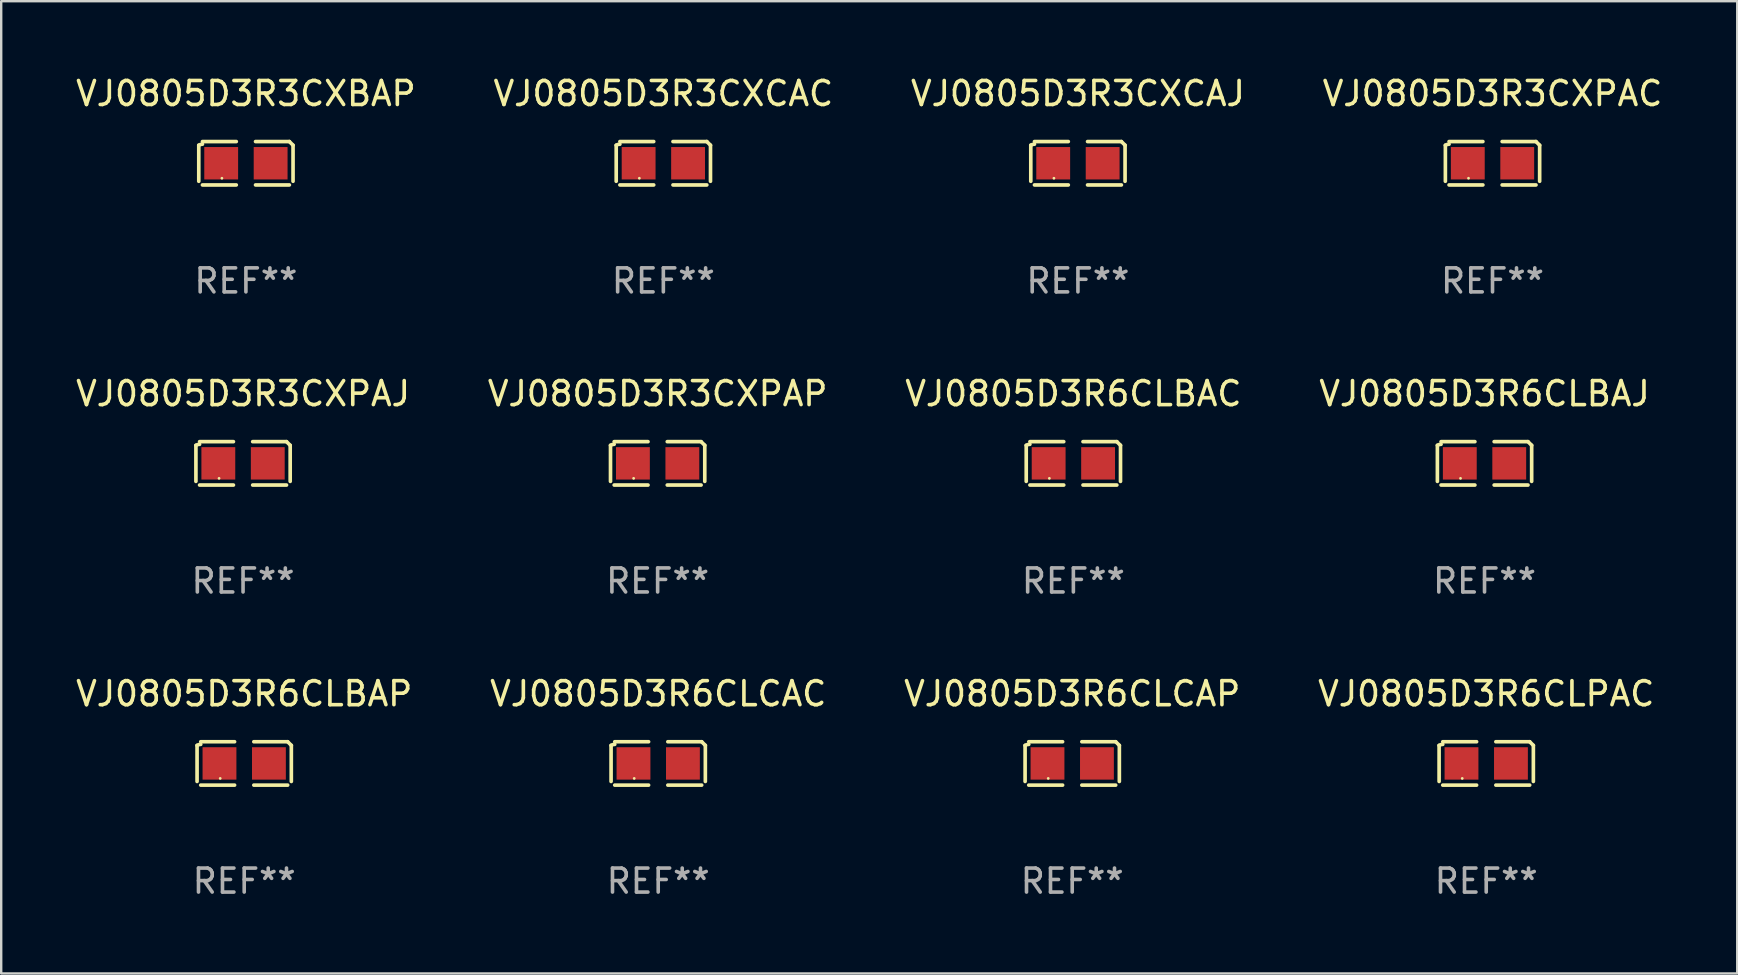
<source format=kicad_pcb>
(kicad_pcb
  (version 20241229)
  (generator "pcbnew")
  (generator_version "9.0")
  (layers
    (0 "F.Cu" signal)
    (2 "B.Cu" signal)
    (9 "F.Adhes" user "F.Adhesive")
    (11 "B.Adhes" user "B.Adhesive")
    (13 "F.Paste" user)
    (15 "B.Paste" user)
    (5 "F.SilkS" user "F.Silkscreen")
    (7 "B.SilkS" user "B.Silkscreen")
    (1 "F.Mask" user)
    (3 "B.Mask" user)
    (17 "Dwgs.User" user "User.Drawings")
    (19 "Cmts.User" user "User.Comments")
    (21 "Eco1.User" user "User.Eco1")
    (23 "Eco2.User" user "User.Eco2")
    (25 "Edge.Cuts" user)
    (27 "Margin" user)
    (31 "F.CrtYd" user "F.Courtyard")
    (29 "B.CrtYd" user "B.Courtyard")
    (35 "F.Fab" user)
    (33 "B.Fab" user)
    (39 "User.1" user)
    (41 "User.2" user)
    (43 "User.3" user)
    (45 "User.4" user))
  (footprint "VJ0805D3R6CLBAC"
    (layer "F.Cu")
    (at 41.673 16.256)
    (property "Reference" "VJ0805D3R6CLBAC" (at 0 -2.904 0) (layer "F.SilkS") (effects (font (size 1 1) (thickness 0.15))))
    (attr through_hole)
    (fp_line (start -1.964 0.751) (end -1.964 -0.751) (stroke (width 0.152) (type solid)) (layer "F.SilkS"))
    (fp_line (start -1.811 -0.904) (end -0.401 -0.904) (stroke (width 0.152) (type solid)) (layer "F.SilkS"))
    (fp_line (start -0.401 0.904) (end -1.811 0.904) (stroke (width 0.152) (type solid)) (layer "F.SilkS"))
    (fp_line (start 0.401 0.904) (end 1.811 0.904) (stroke (width 0.152) (type solid)) (layer "F.SilkS"))
    (fp_line (start 1.811 -0.904) (end 0.401 -0.904) (stroke (width 0.152) (type solid)) (layer "F.SilkS"))
    (fp_line (start 1.964 0.751) (end 1.964 -0.751) (stroke (width 0.152) (type solid)) (layer "F.SilkS"))
    (fp_arc (start -1.963602 -0.751207) (mid -1.890354 -0.783131) (end -1.811201 -0.794044) (stroke (width 0.1524) (type solid)) (layer "F.SilkS"))
    (fp_arc (start 1.811202 -0.903607) (mid 1.887413 -0.827418) (end 1.963602 -0.751207) (stroke (width 0.1524) (type solid)) (layer "F.SilkS"))
    (fp_circle (center -1 0.625) (end -0.97 0.625) (stroke (width 0.06) (type solid)) (fill no) (layer "F.SilkS"))
    (fp_text user "REF**" (at 0 4.904 0) (layer "F.Fab") (effects (font (size 1 1) (thickness 0.15))))
    (pad "1" smd rect (at -1.03 0) (size 1.41 1.35) (layers "F.Cu" "F.Mask" "F.Paste"))
    (pad "2" smd rect (at 1.03 0) (size 1.41 1.35) (layers "F.Cu" "F.Mask" "F.Paste")))
  (footprint "VJ0805D3R3CXCAC"
    (layer "F.Cu")
    (at 24.589 3.752)
    (property "Reference" "VJ0805D3R3CXCAC" (at 0 -2.904 0) (layer "F.SilkS") (effects (font (size 1 1) (thickness 0.15))))
    (attr through_hole)
    (fp_line (start -1.964 0.751) (end -1.964 -0.751) (stroke (width 0.152) (type solid)) (layer "F.SilkS"))
    (fp_line (start -1.811 -0.904) (end -0.401 -0.904) (stroke (width 0.152) (type solid)) (layer "F.SilkS"))
    (fp_line (start -0.401 0.904) (end -1.811 0.904) (stroke (width 0.152) (type solid)) (layer "F.SilkS"))
    (fp_line (start 0.401 0.904) (end 1.811 0.904) (stroke (width 0.152) (type solid)) (layer "F.SilkS"))
    (fp_line (start 1.811 -0.904) (end 0.401 -0.904) (stroke (width 0.152) (type solid)) (layer "F.SilkS"))
    (fp_line (start 1.964 0.751) (end 1.964 -0.751) (stroke (width 0.152) (type solid)) (layer "F.SilkS"))
    (fp_arc (start -1.963602 -0.751207) (mid -1.890354 -0.783131) (end -1.811201 -0.794044) (stroke (width 0.1524) (type solid)) (layer "F.SilkS"))
    (fp_arc (start 1.811202 -0.903607) (mid 1.887413 -0.827418) (end 1.963602 -0.751207) (stroke (width 0.1524) (type solid)) (layer "F.SilkS"))
    (fp_circle (center -1 0.625) (end -0.97 0.625) (stroke (width 0.06) (type solid)) (fill no) (layer "F.SilkS"))
    (fp_text user "REF**" (at 0 4.904 0) (layer "F.Fab") (effects (font (size 1 1) (thickness 0.15))))
    (pad "1" smd rect (at -1.03 0) (size 1.41 1.35) (layers "F.Cu" "F.Mask" "F.Paste"))
    (pad "2" smd rect (at 1.03 0) (size 1.41 1.35) (layers "F.Cu" "F.Mask" "F.Paste")))
  (footprint "VJ0805D3R6CLBAP"
    (layer "F.Cu")
    (at 7.125 28.759)
    (property "Reference" "VJ0805D3R6CLBAP" (at 0 -2.904 0) (layer "F.SilkS") (effects (font (size 1 1) (thickness 0.15))))
    (attr through_hole)
    (fp_line (start -1.964 0.751) (end -1.964 -0.751) (stroke (width 0.152) (type solid)) (layer "F.SilkS"))
    (fp_line (start -1.811 -0.904) (end -0.401 -0.904) (stroke (width 0.152) (type solid)) (layer "F.SilkS"))
    (fp_line (start -0.401 0.904) (end -1.811 0.904) (stroke (width 0.152) (type solid)) (layer "F.SilkS"))
    (fp_line (start 0.401 0.904) (end 1.811 0.904) (stroke (width 0.152) (type solid)) (layer "F.SilkS"))
    (fp_line (start 1.811 -0.904) (end 0.401 -0.904) (stroke (width 0.152) (type solid)) (layer "F.SilkS"))
    (fp_line (start 1.964 0.751) (end 1.964 -0.751) (stroke (width 0.152) (type solid)) (layer "F.SilkS"))
    (fp_arc (start -1.963602 -0.751207) (mid -1.890354 -0.783131) (end -1.811201 -0.794044) (stroke (width 0.1524) (type solid)) (layer "F.SilkS"))
    (fp_arc (start 1.811202 -0.903607) (mid 1.887413 -0.827418) (end 1.963602 -0.751207) (stroke (width 0.1524) (type solid)) (layer "F.SilkS"))
    (fp_circle (center -1 0.625) (end -0.97 0.625) (stroke (width 0.06) (type solid)) (fill no) (layer "F.SilkS"))
    (fp_text user "REF**" (at 0 4.904 0) (layer "F.Fab") (effects (font (size 1 1) (thickness 0.15))))
    (pad "1" smd rect (at -1.03 0) (size 1.41 1.35) (layers "F.Cu" "F.Mask" "F.Paste"))
    (pad "2" smd rect (at 1.03 0) (size 1.41 1.35) (layers "F.Cu" "F.Mask" "F.Paste")))
  (footprint "VJ0805D3R3CXPAC"
    (layer "F.Cu")
    (at 59.137 3.752)
    (property "Reference" "VJ0805D3R3CXPAC" (at 0 -2.904 0) (layer "F.SilkS") (effects (font (size 1 1) (thickness 0.15))))
    (attr through_hole)
    (fp_line (start -1.964 0.751) (end -1.964 -0.751) (stroke (width 0.152) (type solid)) (layer "F.SilkS"))
    (fp_line (start -1.811 -0.904) (end -0.401 -0.904) (stroke (width 0.152) (type solid)) (layer "F.SilkS"))
    (fp_line (start -0.401 0.904) (end -1.811 0.904) (stroke (width 0.152) (type solid)) (layer "F.SilkS"))
    (fp_line (start 0.401 0.904) (end 1.811 0.904) (stroke (width 0.152) (type solid)) (layer "F.SilkS"))
    (fp_line (start 1.811 -0.904) (end 0.401 -0.904) (stroke (width 0.152) (type solid)) (layer "F.SilkS"))
    (fp_line (start 1.964 0.751) (end 1.964 -0.751) (stroke (width 0.152) (type solid)) (layer "F.SilkS"))
    (fp_arc (start -1.963602 -0.751207) (mid -1.890354 -0.783131) (end -1.811201 -0.794044) (stroke (width 0.1524) (type solid)) (layer "F.SilkS"))
    (fp_arc (start 1.811202 -0.903607) (mid 1.887413 -0.827418) (end 1.963602 -0.751207) (stroke (width 0.1524) (type solid)) (layer "F.SilkS"))
    (fp_circle (center -1 0.625) (end -0.97 0.625) (stroke (width 0.06) (type solid)) (fill no) (layer "F.SilkS"))
    (fp_text user "REF**" (at 0 4.904 0) (layer "F.Fab") (effects (font (size 1 1) (thickness 0.15))))
    (pad "1" smd rect (at -1.03 0) (size 1.41 1.35) (layers "F.Cu" "F.Mask" "F.Paste"))
    (pad "2" smd rect (at 1.03 0) (size 1.41 1.35) (layers "F.Cu" "F.Mask" "F.Paste")))
  (footprint "VJ0805D3R3CXPAJ"
    (layer "F.Cu")
    (at 7.077 16.256)
    (property "Reference" "VJ0805D3R3CXPAJ" (at 0 -2.904 0) (layer "F.SilkS") (effects (font (size 1 1) (thickness 0.15))))
    (attr through_hole)
    (fp_line (start -1.964 0.751) (end -1.964 -0.751) (stroke (width 0.152) (type solid)) (layer "F.SilkS"))
    (fp_line (start -1.811 -0.904) (end -0.401 -0.904) (stroke (width 0.152) (type solid)) (layer "F.SilkS"))
    (fp_line (start -0.401 0.904) (end -1.811 0.904) (stroke (width 0.152) (type solid)) (layer "F.SilkS"))
    (fp_line (start 0.401 0.904) (end 1.811 0.904) (stroke (width 0.152) (type solid)) (layer "F.SilkS"))
    (fp_line (start 1.811 -0.904) (end 0.401 -0.904) (stroke (width 0.152) (type solid)) (layer "F.SilkS"))
    (fp_line (start 1.964 0.751) (end 1.964 -0.751) (stroke (width 0.152) (type solid)) (layer "F.SilkS"))
    (fp_arc (start -1.963602 -0.751207) (mid -1.890354 -0.783131) (end -1.811201 -0.794044) (stroke (width 0.1524) (type solid)) (layer "F.SilkS"))
    (fp_arc (start 1.811202 -0.903607) (mid 1.887413 -0.827418) (end 1.963602 -0.751207) (stroke (width 0.1524) (type solid)) (layer "F.SilkS"))
    (fp_circle (center -1 0.625) (end -0.97 0.625) (stroke (width 0.06) (type solid)) (fill no) (layer "F.SilkS"))
    (fp_text user "REF**" (at 0 4.904 0) (layer "F.Fab") (effects (font (size 1 1) (thickness 0.15))))
    (pad "1" smd rect (at -1.03 0) (size 1.41 1.35) (layers "F.Cu" "F.Mask" "F.Paste"))
    (pad "2" smd rect (at 1.03 0) (size 1.41 1.35) (layers "F.Cu" "F.Mask" "F.Paste")))
  (footprint "VJ0805D3R3CXPAP"
    (layer "F.Cu")
    (at 24.351 16.256)
    (property "Reference" "VJ0805D3R3CXPAP" (at 0 -2.904 0) (layer "F.SilkS") (effects (font (size 1 1) (thickness 0.15))))
    (attr through_hole)
    (fp_line (start -1.964 0.751) (end -1.964 -0.751) (stroke (width 0.152) (type solid)) (layer "F.SilkS"))
    (fp_line (start -1.811 -0.904) (end -0.401 -0.904) (stroke (width 0.152) (type solid)) (layer "F.SilkS"))
    (fp_line (start -0.401 0.904) (end -1.811 0.904) (stroke (width 0.152) (type solid)) (layer "F.SilkS"))
    (fp_line (start 0.401 0.904) (end 1.811 0.904) (stroke (width 0.152) (type solid)) (layer "F.SilkS"))
    (fp_line (start 1.811 -0.904) (end 0.401 -0.904) (stroke (width 0.152) (type solid)) (layer "F.SilkS"))
    (fp_line (start 1.964 0.751) (end 1.964 -0.751) (stroke (width 0.152) (type solid)) (layer "F.SilkS"))
    (fp_arc (start -1.963602 -0.751207) (mid -1.890354 -0.783131) (end -1.811201 -0.794044) (stroke (width 0.1524) (type solid)) (layer "F.SilkS"))
    (fp_arc (start 1.811202 -0.903607) (mid 1.887413 -0.827418) (end 1.963602 -0.751207) (stroke (width 0.1524) (type solid)) (layer "F.SilkS"))
    (fp_circle (center -1 0.625) (end -0.97 0.625) (stroke (width 0.06) (type solid)) (fill no) (layer "F.SilkS"))
    (fp_text user "REF**" (at 0 4.904 0) (layer "F.Fab") (effects (font (size 1 1) (thickness 0.15))))
    (pad "1" smd rect (at -1.03 0) (size 1.41 1.35) (layers "F.Cu" "F.Mask" "F.Paste"))
    (pad "2" smd rect (at 1.03 0) (size 1.41 1.35) (layers "F.Cu" "F.Mask" "F.Paste")))
  (footprint "VJ0805D3R3CXCAJ"
    (layer "F.Cu")
    (at 41.863 3.752)
    (property "Reference" "VJ0805D3R3CXCAJ" (at 0 -2.904 0) (layer "F.SilkS") (effects (font (size 1 1) (thickness 0.15))))
    (attr through_hole)
    (fp_line (start -1.964 0.751) (end -1.964 -0.751) (stroke (width 0.152) (type solid)) (layer "F.SilkS"))
    (fp_line (start -1.811 -0.904) (end -0.401 -0.904) (stroke (width 0.152) (type solid)) (layer "F.SilkS"))
    (fp_line (start -0.401 0.904) (end -1.811 0.904) (stroke (width 0.152) (type solid)) (layer "F.SilkS"))
    (fp_line (start 0.401 0.904) (end 1.811 0.904) (stroke (width 0.152) (type solid)) (layer "F.SilkS"))
    (fp_line (start 1.811 -0.904) (end 0.401 -0.904) (stroke (width 0.152) (type solid)) (layer "F.SilkS"))
    (fp_line (start 1.964 0.751) (end 1.964 -0.751) (stroke (width 0.152) (type solid)) (layer "F.SilkS"))
    (fp_arc (start -1.963602 -0.751207) (mid -1.890354 -0.783131) (end -1.811201 -0.794044) (stroke (width 0.1524) (type solid)) (layer "F.SilkS"))
    (fp_arc (start 1.811202 -0.903607) (mid 1.887413 -0.827418) (end 1.963602 -0.751207) (stroke (width 0.1524) (type solid)) (layer "F.SilkS"))
    (fp_circle (center -1 0.625) (end -0.97 0.625) (stroke (width 0.06) (type solid)) (fill no) (layer "F.SilkS"))
    (fp_text user "REF**" (at 0 4.904 0) (layer "F.Fab") (effects (font (size 1 1) (thickness 0.15))))
    (pad "1" smd rect (at -1.03 0) (size 1.41 1.35) (layers "F.Cu" "F.Mask" "F.Paste"))
    (pad "2" smd rect (at 1.03 0) (size 1.41 1.35) (layers "F.Cu" "F.Mask" "F.Paste")))
  (footprint "VJ0805D3R6CLPAC"
    (layer "F.Cu")
    (at 58.875 28.759)
    (property "Reference" "VJ0805D3R6CLPAC" (at 0 -2.904 0) (layer "F.SilkS") (effects (font (size 1 1) (thickness 0.15))))
    (attr through_hole)
    (fp_line (start -1.964 0.751) (end -1.964 -0.751) (stroke (width 0.152) (type solid)) (layer "F.SilkS"))
    (fp_line (start -1.811 -0.904) (end -0.401 -0.904) (stroke (width 0.152) (type solid)) (layer "F.SilkS"))
    (fp_line (start -0.401 0.904) (end -1.811 0.904) (stroke (width 0.152) (type solid)) (layer "F.SilkS"))
    (fp_line (start 0.401 0.904) (end 1.811 0.904) (stroke (width 0.152) (type solid)) (layer "F.SilkS"))
    (fp_line (start 1.811 -0.904) (end 0.401 -0.904) (stroke (width 0.152) (type solid)) (layer "F.SilkS"))
    (fp_line (start 1.964 0.751) (end 1.964 -0.751) (stroke (width 0.152) (type solid)) (layer "F.SilkS"))
    (fp_arc (start -1.963602 -0.751207) (mid -1.890354 -0.783131) (end -1.811201 -0.794044) (stroke (width 0.1524) (type solid)) (layer "F.SilkS"))
    (fp_arc (start 1.811202 -0.903607) (mid 1.887413 -0.827418) (end 1.963602 -0.751207) (stroke (width 0.1524) (type solid)) (layer "F.SilkS"))
    (fp_circle (center -1 0.625) (end -0.97 0.625) (stroke (width 0.06) (type solid)) (fill no) (layer "F.SilkS"))
    (fp_text user "REF**" (at 0 4.904 0) (layer "F.Fab") (effects (font (size 1 1) (thickness 0.15))))
    (pad "1" smd rect (at -1.03 0) (size 1.41 1.35) (layers "F.Cu" "F.Mask" "F.Paste"))
    (pad "2" smd rect (at 1.03 0) (size 1.41 1.35) (layers "F.Cu" "F.Mask" "F.Paste")))
  (footprint "VJ0805D3R3CXBAP"
    (layer "F.Cu")
    (at 7.196 3.752)
    (property "Reference" "VJ0805D3R3CXBAP" (at 0 -2.904 0) (layer "F.SilkS") (effects (font (size 1 1) (thickness 0.15))))
    (attr through_hole)
    (fp_line (start -1.964 0.751) (end -1.964 -0.751) (stroke (width 0.152) (type solid)) (layer "F.SilkS"))
    (fp_line (start -1.811 -0.904) (end -0.401 -0.904) (stroke (width 0.152) (type solid)) (layer "F.SilkS"))
    (fp_line (start -0.401 0.904) (end -1.811 0.904) (stroke (width 0.152) (type solid)) (layer "F.SilkS"))
    (fp_line (start 0.401 0.904) (end 1.811 0.904) (stroke (width 0.152) (type solid)) (layer "F.SilkS"))
    (fp_line (start 1.811 -0.904) (end 0.401 -0.904) (stroke (width 0.152) (type solid)) (layer "F.SilkS"))
    (fp_line (start 1.964 0.751) (end 1.964 -0.751) (stroke (width 0.152) (type solid)) (layer "F.SilkS"))
    (fp_arc (start -1.963602 -0.751207) (mid -1.890354 -0.783131) (end -1.811201 -0.794044) (stroke (width 0.1524) (type solid)) (layer "F.SilkS"))
    (fp_arc (start 1.811202 -0.903607) (mid 1.887413 -0.827418) (end 1.963602 -0.751207) (stroke (width 0.1524) (type solid)) (layer "F.SilkS"))
    (fp_circle (center -1 0.625) (end -0.97 0.625) (stroke (width 0.06) (type solid)) (fill no) (layer "F.SilkS"))
    (fp_text user "REF**" (at 0 4.904 0) (layer "F.Fab") (effects (font (size 1 1) (thickness 0.15))))
    (pad "1" smd rect (at -1.03 0) (size 1.41 1.35) (layers "F.Cu" "F.Mask" "F.Paste"))
    (pad "2" smd rect (at 1.03 0) (size 1.41 1.35) (layers "F.Cu" "F.Mask" "F.Paste")))
  (footprint "VJ0805D3R6CLCAC"
    (layer "F.Cu")
    (at 24.375 28.759)
    (property "Reference" "VJ0805D3R6CLCAC" (at 0 -2.904 0) (layer "F.SilkS") (effects (font (size 1 1) (thickness 0.15))))
    (attr through_hole)
    (fp_line (start -1.964 0.751) (end -1.964 -0.751) (stroke (width 0.152) (type solid)) (layer "F.SilkS"))
    (fp_line (start -1.811 -0.904) (end -0.401 -0.904) (stroke (width 0.152) (type solid)) (layer "F.SilkS"))
    (fp_line (start -0.401 0.904) (end -1.811 0.904) (stroke (width 0.152) (type solid)) (layer "F.SilkS"))
    (fp_line (start 0.401 0.904) (end 1.811 0.904) (stroke (width 0.152) (type solid)) (layer "F.SilkS"))
    (fp_line (start 1.811 -0.904) (end 0.401 -0.904) (stroke (width 0.152) (type solid)) (layer "F.SilkS"))
    (fp_line (start 1.964 0.751) (end 1.964 -0.751) (stroke (width 0.152) (type solid)) (layer "F.SilkS"))
    (fp_arc (start -1.963602 -0.751207) (mid -1.890354 -0.783131) (end -1.811201 -0.794044) (stroke (width 0.1524) (type solid)) (layer "F.SilkS"))
    (fp_arc (start 1.811202 -0.903607) (mid 1.887413 -0.827418) (end 1.963602 -0.751207) (stroke (width 0.1524) (type solid)) (layer "F.SilkS"))
    (fp_circle (center -1 0.625) (end -0.97 0.625) (stroke (width 0.06) (type solid)) (fill no) (layer "F.SilkS"))
    (fp_text user "REF**" (at 0 4.904 0) (layer "F.Fab") (effects (font (size 1 1) (thickness 0.15))))
    (pad "1" smd rect (at -1.03 0) (size 1.41 1.35) (layers "F.Cu" "F.Mask" "F.Paste"))
    (pad "2" smd rect (at 1.03 0) (size 1.41 1.35) (layers "F.Cu" "F.Mask" "F.Paste")))
  (footprint "VJ0805D3R6CLBAJ"
    (layer "F.Cu")
    (at 58.804 16.256)
    (property "Reference" "VJ0805D3R6CLBAJ" (at 0 -2.904 0) (layer "F.SilkS") (effects (font (size 1 1) (thickness 0.15))))
    (attr through_hole)
    (fp_line (start -1.964 0.751) (end -1.964 -0.751) (stroke (width 0.152) (type solid)) (layer "F.SilkS"))
    (fp_line (start -1.811 -0.904) (end -0.401 -0.904) (stroke (width 0.152) (type solid)) (layer "F.SilkS"))
    (fp_line (start -0.401 0.904) (end -1.811 0.904) (stroke (width 0.152) (type solid)) (layer "F.SilkS"))
    (fp_line (start 0.401 0.904) (end 1.811 0.904) (stroke (width 0.152) (type solid)) (layer "F.SilkS"))
    (fp_line (start 1.811 -0.904) (end 0.401 -0.904) (stroke (width 0.152) (type solid)) (layer "F.SilkS"))
    (fp_line (start 1.964 0.751) (end 1.964 -0.751) (stroke (width 0.152) (type solid)) (layer "F.SilkS"))
    (fp_arc (start -1.963602 -0.751207) (mid -1.890354 -0.783131) (end -1.811201 -0.794044) (stroke (width 0.1524) (type solid)) (layer "F.SilkS"))
    (fp_arc (start 1.811202 -0.903607) (mid 1.887413 -0.827418) (end 1.963602 -0.751207) (stroke (width 0.1524) (type solid)) (layer "F.SilkS"))
    (fp_circle (center -1 0.625) (end -0.97 0.625) (stroke (width 0.06) (type solid)) (fill no) (layer "F.SilkS"))
    (fp_text user "REF**" (at 0 4.904 0) (layer "F.Fab") (effects (font (size 1 1) (thickness 0.15))))
    (pad "1" smd rect (at -1.03 0) (size 1.41 1.35) (layers "F.Cu" "F.Mask" "F.Paste"))
    (pad "2" smd rect (at 1.03 0) (size 1.41 1.35) (layers "F.Cu" "F.Mask" "F.Paste")))
  (footprint "VJ0805D3R6CLCAP"
    (layer "F.Cu")
    (at 41.625 28.759)
    (property "Reference" "VJ0805D3R6CLCAP" (at 0 -2.904 0) (layer "F.SilkS") (effects (font (size 1 1) (thickness 0.15))))
    (attr through_hole)
    (fp_line (start -1.964 0.751) (end -1.964 -0.751) (stroke (width 0.152) (type solid)) (layer "F.SilkS"))
    (fp_line (start -1.811 -0.904) (end -0.401 -0.904) (stroke (width 0.152) (type solid)) (layer "F.SilkS"))
    (fp_line (start -0.401 0.904) (end -1.811 0.904) (stroke (width 0.152) (type solid)) (layer "F.SilkS"))
    (fp_line (start 0.401 0.904) (end 1.811 0.904) (stroke (width 0.152) (type solid)) (layer "F.SilkS"))
    (fp_line (start 1.811 -0.904) (end 0.401 -0.904) (stroke (width 0.152) (type solid)) (layer "F.SilkS"))
    (fp_line (start 1.964 0.751) (end 1.964 -0.751) (stroke (width 0.152) (type solid)) (layer "F.SilkS"))
    (fp_arc (start -1.963602 -0.751207) (mid -1.890354 -0.783131) (end -1.811201 -0.794044) (stroke (width 0.1524) (type solid)) (layer "F.SilkS"))
    (fp_arc (start 1.811202 -0.903607) (mid 1.887413 -0.827418) (end 1.963602 -0.751207) (stroke (width 0.1524) (type solid)) (layer "F.SilkS"))
    (fp_circle (center -1 0.625) (end -0.97 0.625) (stroke (width 0.06) (type solid)) (fill no) (layer "F.SilkS"))
    (fp_text user "REF**" (at 0 4.904 0) (layer "F.Fab") (effects (font (size 1 1) (thickness 0.15))))
    (pad "1" smd rect (at -1.03 0) (size 1.41 1.35) (layers "F.Cu" "F.Mask" "F.Paste"))
    (pad "2" smd rect (at 1.03 0) (size 1.41 1.35) (layers "F.Cu" "F.Mask" "F.Paste")))
  (gr_rect
    (start -3 -3)
    (end 69.333 37.511)
    (stroke (width 0.1) (type default))
    (fill no)
    (layer "Edge.Cuts")))
</source>
